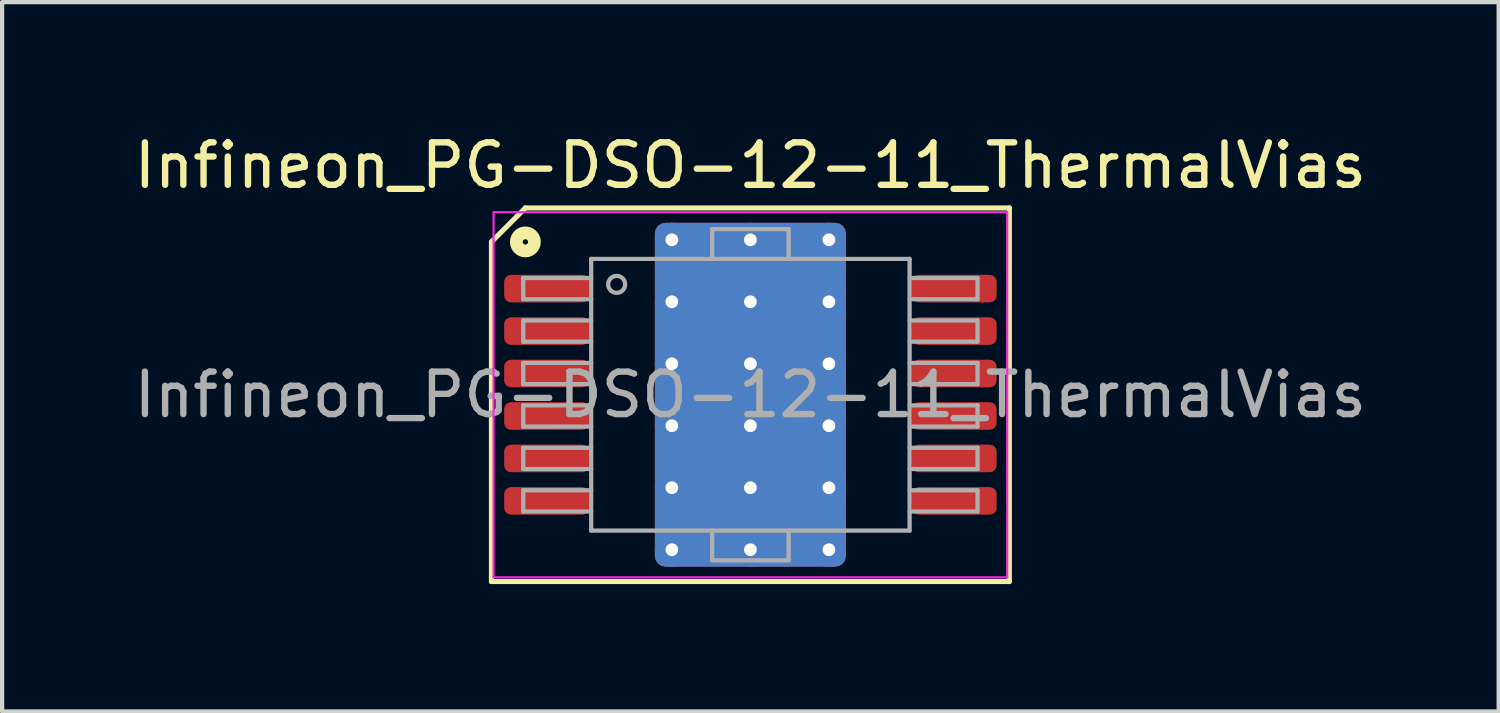
<source format=kicad_pcb>
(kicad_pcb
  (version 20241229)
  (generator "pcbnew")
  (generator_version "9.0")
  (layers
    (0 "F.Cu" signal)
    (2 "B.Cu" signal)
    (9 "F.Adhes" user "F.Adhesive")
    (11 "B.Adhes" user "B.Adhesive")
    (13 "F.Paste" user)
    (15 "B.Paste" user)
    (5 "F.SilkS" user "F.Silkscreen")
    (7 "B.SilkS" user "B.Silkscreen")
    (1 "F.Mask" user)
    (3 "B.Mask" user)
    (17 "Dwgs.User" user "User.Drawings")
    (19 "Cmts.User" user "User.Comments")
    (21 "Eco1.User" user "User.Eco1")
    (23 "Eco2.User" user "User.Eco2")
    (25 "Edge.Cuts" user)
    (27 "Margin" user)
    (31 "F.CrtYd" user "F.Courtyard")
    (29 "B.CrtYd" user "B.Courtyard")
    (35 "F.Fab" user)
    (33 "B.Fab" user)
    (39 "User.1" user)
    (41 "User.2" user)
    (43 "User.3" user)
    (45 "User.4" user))
  (footprint "Infineon_PG-DSO-12-11_ThermalVias"
    (layer "F.Cu")
    (at 14.625 6.248)
    (property "Reference" "Infineon_PG-DSO-12-11_ThermalVias" (at 0 -5.4 0) (layer "F.SilkS") (effects (font (size 1 1) (thickness 0.15))))
    (attr smd)
    (fp_line (start -6.1 -3.6) (end -6.1 4.4) (stroke (width 0.12) (type solid)) (layer "F.SilkS"))
    (fp_line (start -6.1 -3.6) (end -5.3 -4.4) (stroke (width 0.12) (type solid)) (layer "F.SilkS"))
    (fp_line (start -6.1 4.4) (end 6.1 4.4) (stroke (width 0.12) (type solid)) (layer "F.SilkS"))
    (fp_line (start 6.1 -4.4) (end -5.3 -4.4) (stroke (width 0.12) (type solid)) (layer "F.SilkS"))
    (fp_line (start 6.1 4.4) (end 6.1 -4.4) (stroke (width 0.12) (type solid)) (layer "F.SilkS"))
    (fp_circle (center -5.3 -3.6) (end -5.237 -3.6) (stroke (width 0.3) (type solid)) (fill no) (layer "F.SilkS"))
    (fp_line (start -6.05 -4.3) (end 6.05 -4.3) (stroke (width 0.05) (type solid)) (layer "F.CrtYd"))
    (fp_line (start -6.05 4.3) (end -6.05 -4.3) (stroke (width 0.05) (type solid)) (layer "F.CrtYd"))
    (fp_line (start 6.05 -4.3) (end 6.05 4.3) (stroke (width 0.05) (type solid)) (layer "F.CrtYd"))
    (fp_line (start 6.05 4.3) (end -6.05 4.3) (stroke (width 0.05) (type solid)) (layer "F.CrtYd"))
    (fp_line (start -5.35 -2.75) (end -5.35 -2.25) (stroke (width 0.1) (type solid)) (layer "F.Fab"))
    (fp_line (start -5.35 -2.75) (end -3.75 -2.75) (stroke (width 0.1) (type solid)) (layer "F.Fab"))
    (fp_line (start -5.35 -2.25) (end -3.75 -2.25) (stroke (width 0.1) (type solid)) (layer "F.Fab"))
    (fp_line (start -5.35 -1.75) (end -5.35 -1.25) (stroke (width 0.1) (type solid)) (layer "F.Fab"))
    (fp_line (start -5.35 -1.75) (end -3.75 -1.75) (stroke (width 0.1) (type solid)) (layer "F.Fab"))
    (fp_line (start -5.35 -1.25) (end -3.75 -1.25) (stroke (width 0.1) (type solid)) (layer "F.Fab"))
    (fp_line (start -5.35 -0.75) (end -5.35 -0.25) (stroke (width 0.1) (type solid)) (layer "F.Fab"))
    (fp_line (start -5.35 -0.75) (end -3.75 -0.75) (stroke (width 0.1) (type solid)) (layer "F.Fab"))
    (fp_line (start -5.35 -0.25) (end -3.75 -0.25) (stroke (width 0.1) (type solid)) (layer "F.Fab"))
    (fp_line (start -5.35 0.25) (end -5.35 0.75) (stroke (width 0.1) (type solid)) (layer "F.Fab"))
    (fp_line (start -5.35 0.25) (end -3.75 0.25) (stroke (width 0.1) (type solid)) (layer "F.Fab"))
    (fp_line (start -5.35 0.75) (end -3.75 0.75) (stroke (width 0.1) (type solid)) (layer "F.Fab"))
    (fp_line (start -5.35 1.25) (end -5.35 1.75) (stroke (width 0.1) (type solid)) (layer "F.Fab"))
    (fp_line (start -5.35 1.25) (end -3.75 1.25) (stroke (width 0.1) (type solid)) (layer "F.Fab"))
    (fp_line (start -5.35 1.75) (end -3.75 1.75) (stroke (width 0.1) (type solid)) (layer "F.Fab"))
    (fp_line (start -5.35 2.25) (end -5.35 2.75) (stroke (width 0.1) (type solid)) (layer "F.Fab"))
    (fp_line (start -5.35 2.25) (end -3.75 2.25) (stroke (width 0.1) (type solid)) (layer "F.Fab"))
    (fp_line (start -5.35 2.75) (end -3.75 2.75) (stroke (width 0.1) (type solid)) (layer "F.Fab"))
    (fp_line (start -3.75 -3.2) (end -0.9 -3.2) (stroke (width 0.1) (type solid)) (layer "F.Fab"))
    (fp_line (start -3.75 3.2) (end -3.75 -3.2) (stroke (width 0.1) (type solid)) (layer "F.Fab"))
    (fp_line (start -0.9 -3.9) (end 0.9 -3.9) (stroke (width 0.1) (type solid)) (layer "F.Fab"))
    (fp_line (start -0.9 -3.2) (end -0.9 -3.9) (stroke (width 0.1) (type solid)) (layer "F.Fab"))
    (fp_line (start -0.9 -3.2) (end 0.9 -3.2) (stroke (width 0.1) (type solid)) (layer "F.Fab"))
    (fp_line (start -0.9 3.2) (end -3.75 3.2) (stroke (width 0.1) (type solid)) (layer "F.Fab"))
    (fp_line (start -0.9 3.2) (end 0.9 3.2) (stroke (width 0.1) (type solid)) (layer "F.Fab"))
    (fp_line (start -0.9 3.9) (end -0.9 3.2) (stroke (width 0.1) (type solid)) (layer "F.Fab"))
    (fp_line (start 0.9 -3.9) (end 0.9 -3.2) (stroke (width 0.1) (type solid)) (layer "F.Fab"))
    (fp_line (start 0.9 -3.2) (end 3.75 -3.2) (stroke (width 0.1) (type solid)) (layer "F.Fab"))
    (fp_line (start 0.9 3.2) (end 0.9 3.9) (stroke (width 0.1) (type solid)) (layer "F.Fab"))
    (fp_line (start 0.9 3.9) (end -0.9 3.9) (stroke (width 0.1) (type solid)) (layer "F.Fab"))
    (fp_line (start 3.75 -3.2) (end 3.75 3.2) (stroke (width 0.1) (type solid)) (layer "F.Fab"))
    (fp_line (start 3.75 3.2) (end 0.9 3.2) (stroke (width 0.1) (type solid)) (layer "F.Fab"))
    (fp_line (start 5.35 -2.75) (end 3.75 -2.75) (stroke (width 0.1) (type solid)) (layer "F.Fab"))
    (fp_line (start 5.35 -2.25) (end 3.75 -2.25) (stroke (width 0.1) (type solid)) (layer "F.Fab"))
    (fp_line (start 5.35 -2.25) (end 5.35 -2.75) (stroke (width 0.1) (type solid)) (layer "F.Fab"))
    (fp_line (start 5.35 -1.75) (end 3.75 -1.75) (stroke (width 0.1) (type solid)) (layer "F.Fab"))
    (fp_line (start 5.35 -1.25) (end 3.75 -1.25) (stroke (width 0.1) (type solid)) (layer "F.Fab"))
    (fp_line (start 5.35 -1.25) (end 5.35 -1.75) (stroke (width 0.1) (type solid)) (layer "F.Fab"))
    (fp_line (start 5.35 -0.75) (end 3.75 -0.75) (stroke (width 0.1) (type solid)) (layer "F.Fab"))
    (fp_line (start 5.35 -0.25) (end 3.75 -0.25) (stroke (width 0.1) (type solid)) (layer "F.Fab"))
    (fp_line (start 5.35 -0.25) (end 5.35 -0.75) (stroke (width 0.1) (type solid)) (layer "F.Fab"))
    (fp_line (start 5.35 0.25) (end 3.75 0.25) (stroke (width 0.1) (type solid)) (layer "F.Fab"))
    (fp_line (start 5.35 0.75) (end 3.75 0.75) (stroke (width 0.1) (type solid)) (layer "F.Fab"))
    (fp_line (start 5.35 0.75) (end 5.35 0.25) (stroke (width 0.1) (type solid)) (layer "F.Fab"))
    (fp_line (start 5.35 1.25) (end 3.75 1.25) (stroke (width 0.1) (type solid)) (layer "F.Fab"))
    (fp_line (start 5.35 1.75) (end 3.75 1.75) (stroke (width 0.1) (type solid)) (layer "F.Fab"))
    (fp_line (start 5.35 1.75) (end 5.35 1.25) (stroke (width 0.1) (type solid)) (layer "F.Fab"))
    (fp_line (start 5.35 2.25) (end 3.75 2.25) (stroke (width 0.1) (type solid)) (layer "F.Fab"))
    (fp_line (start 5.35 2.75) (end 3.75 2.75) (stroke (width 0.1) (type solid)) (layer "F.Fab"))
    (fp_line (start 5.35 2.75) (end 5.35 2.25) (stroke (width 0.1) (type solid)) (layer "F.Fab"))
    (fp_circle (center -3.15 -2.6) (end -2.95 -2.6) (stroke (width 0.1) (type solid)) (fill no) (layer "F.Fab"))
    (fp_text user "${REFERENCE}" (at 0 0 0) (layer "F.Fab") (effects (font (size 1 1) (thickness 0.15))))
    (pad "" smd roundrect (at -0.925 -2.92) (size 1.55 1.16) (layers "F.Paste") (roundrect_rratio 0.216))
    (pad "" smd roundrect (at -0.925 -1.46) (size 1.55 1.16) (layers "F.Paste") (roundrect_rratio 0.216))
    (pad "" smd roundrect (at -0.925 0) (size 1.55 1.16) (layers "F.Paste") (roundrect_rratio 0.216))
    (pad "" smd roundrect (at -0.925 1.46) (size 1.55 1.16) (layers "F.Paste") (roundrect_rratio 0.216))
    (pad "" smd roundrect (at -0.925 2.92) (size 1.55 1.16) (layers "F.Paste") (roundrect_rratio 0.216))
    (pad "" smd roundrect (at 0.925 -2.92) (size 1.55 1.16) (layers "F.Paste") (roundrect_rratio 0.216))
    (pad "" smd roundrect (at 0.925 -1.46) (size 1.55 1.16) (layers "F.Paste") (roundrect_rratio 0.216))
    (pad "" smd roundrect (at 0.925 0) (size 1.55 1.16) (layers "F.Paste") (roundrect_rratio 0.216))
    (pad "" smd roundrect (at 0.925 1.46) (size 1.55 1.16) (layers "F.Paste") (roundrect_rratio 0.216))
    (pad "" smd roundrect (at 0.925 2.92) (size 1.55 1.16) (layers "F.Paste") (roundrect_rratio 0.216))
    (pad "1" smd roundrect (at -4.8 -2.5) (size 2 0.65) (layers "F.Cu" "F.Mask" "F.Paste") (roundrect_rratio 0.25))
    (pad "2" smd roundrect (at -4.8 -1.5) (size 2 0.65) (layers "F.Cu" "F.Mask" "F.Paste") (roundrect_rratio 0.25))
    (pad "3" smd roundrect (at -4.8 -0.5) (size 2 0.65) (layers "F.Cu" "F.Mask" "F.Paste") (roundrect_rratio 0.25))
    (pad "4" smd roundrect (at -4.8 0.5) (size 2 0.65) (layers "F.Cu" "F.Mask" "F.Paste") (roundrect_rratio 0.25))
    (pad "5" smd roundrect (at -4.8 1.5) (size 2 0.65) (layers "F.Cu" "F.Mask" "F.Paste") (roundrect_rratio 0.25))
    (pad "6" smd roundrect (at -4.8 2.5) (size 2 0.65) (layers "F.Cu" "F.Mask" "F.Paste") (roundrect_rratio 0.25))
    (pad "7" smd roundrect (at 4.8 2.5) (size 2 0.65) (layers "F.Cu" "F.Mask" "F.Paste") (roundrect_rratio 0.25))
    (pad "8" smd roundrect (at 4.8 1.5) (size 2 0.65) (layers "F.Cu" "F.Mask" "F.Paste") (roundrect_rratio 0.25))
    (pad "9" smd roundrect (at 4.8 0.5) (size 2 0.65) (layers "F.Cu" "F.Mask" "F.Paste") (roundrect_rratio 0.25))
    (pad "10" smd roundrect (at 4.8 -0.5) (size 2 0.65) (layers "F.Cu" "F.Mask" "F.Paste") (roundrect_rratio 0.25))
    (pad "11" smd roundrect (at 4.8 -1.5) (size 2 0.65) (layers "F.Cu" "F.Mask" "F.Paste") (roundrect_rratio 0.25))
    (pad "12" smd roundrect (at 4.8 -2.5) (size 2 0.65) (layers "F.Cu" "F.Mask" "F.Paste") (roundrect_rratio 0.25))
    (pad "13" thru_hole circle (at -1.85 -3.65) (size 0.8 0.8) (drill 0.3) (property pad_prop_heatsink) (layers "*.Cu"))
    (pad "13" thru_hole circle (at -1.85 -2.19) (size 0.8 0.8) (drill 0.3) (property pad_prop_heatsink) (layers "*.Cu"))
    (pad "13" thru_hole circle (at -1.85 -0.73) (size 0.8 0.8) (drill 0.3) (property pad_prop_heatsink) (layers "*.Cu"))
    (pad "13" thru_hole circle (at -1.85 0.73) (size 0.8 0.8) (drill 0.3) (property pad_prop_heatsink) (layers "*.Cu"))
    (pad "13" thru_hole circle (at -1.85 2.19) (size 0.8 0.8) (drill 0.3) (property pad_prop_heatsink) (layers "*.Cu"))
    (pad "13" thru_hole circle (at -1.85 3.65) (size 0.8 0.8) (drill 0.3) (property pad_prop_heatsink) (layers "*.Cu"))
    (pad "13" thru_hole circle (at 0 -3.65) (size 0.8 0.8) (drill 0.3) (property pad_prop_heatsink) (layers "*.Cu"))
    (pad "13" thru_hole circle (at 0 -2.19) (size 0.8 0.8) (drill 0.3) (property pad_prop_heatsink) (layers "*.Cu"))
    (pad "13" thru_hole circle (at 0 -0.73) (size 0.8 0.8) (drill 0.3) (property pad_prop_heatsink) (layers "*.Cu"))
    (pad "13" smd roundrect (at 0 0) (size 4.5 8.1) (layers "F.Cu" "F.Mask") (roundrect_rratio 0.056))
    (pad "13" smd roundrect (at 0 0) (size 4.5 8.1) (layers "B.Cu" "B.Mask") (roundrect_rratio 0.056))
    (pad "13" thru_hole circle (at 0 0.73) (size 0.8 0.8) (drill 0.3) (property pad_prop_heatsink) (layers "*.Cu"))
    (pad "13" thru_hole circle (at 0 2.19) (size 0.8 0.8) (drill 0.3) (property pad_prop_heatsink) (layers "*.Cu"))
    (pad "13" thru_hole circle (at 0 3.65) (size 0.8 0.8) (drill 0.3) (property pad_prop_heatsink) (layers "*.Cu"))
    (pad "13" thru_hole circle (at 1.85 -3.65) (size 0.8 0.8) (drill 0.3) (property pad_prop_heatsink) (layers "*.Cu"))
    (pad "13" thru_hole circle (at 1.85 -2.19) (size 0.8 0.8) (drill 0.3) (property pad_prop_heatsink) (layers "*.Cu"))
    (pad "13" thru_hole circle (at 1.85 -0.73) (size 0.8 0.8) (drill 0.3) (property pad_prop_heatsink) (layers "*.Cu"))
    (pad "13" thru_hole circle (at 1.85 0.73) (size 0.8 0.8) (drill 0.3) (property pad_prop_heatsink) (layers "*.Cu"))
    (pad "13" thru_hole circle (at 1.85 2.19) (size 0.8 0.8) (drill 0.3) (property pad_prop_heatsink) (layers "*.Cu"))
    (pad "13" thru_hole circle (at 1.85 3.65) (size 0.8 0.8) (drill 0.3) (property pad_prop_heatsink) (layers "*.Cu")))
  (gr_rect
    (start -3 -3)
    (end 32.25 13.708)
    (stroke (width 0.1) (type default))
    (fill no)
    (layer "Edge.Cuts")))
</source>
